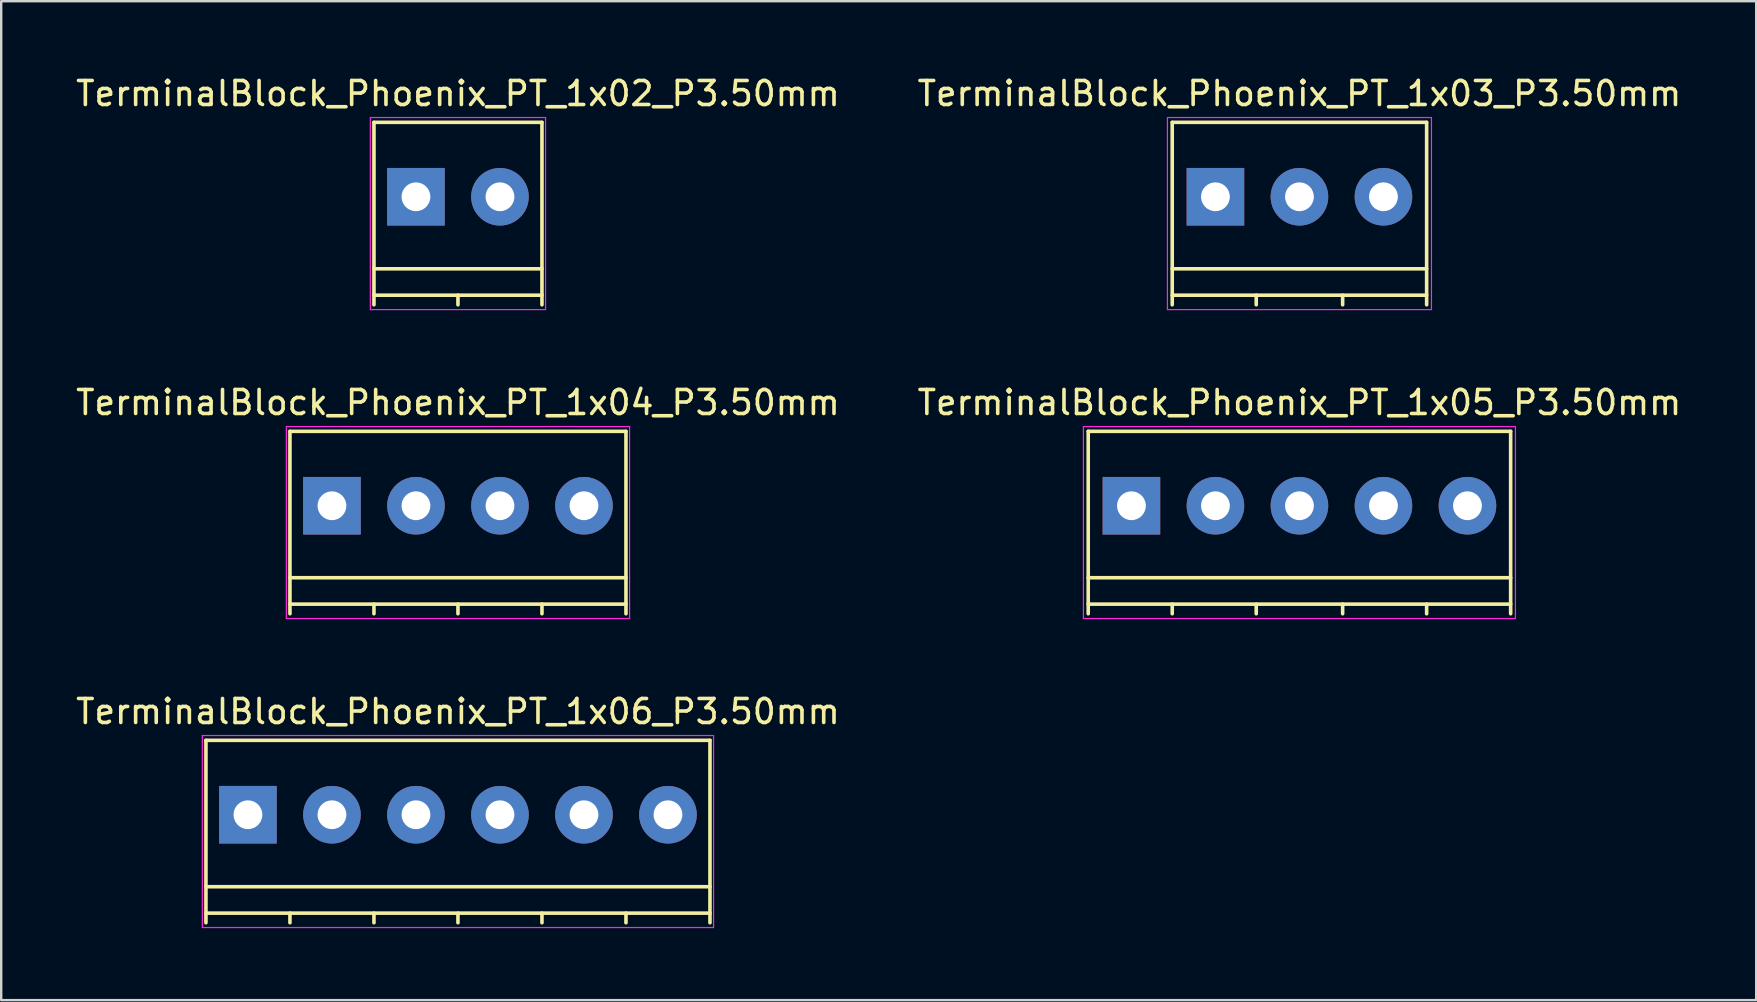
<source format=kicad_pcb>
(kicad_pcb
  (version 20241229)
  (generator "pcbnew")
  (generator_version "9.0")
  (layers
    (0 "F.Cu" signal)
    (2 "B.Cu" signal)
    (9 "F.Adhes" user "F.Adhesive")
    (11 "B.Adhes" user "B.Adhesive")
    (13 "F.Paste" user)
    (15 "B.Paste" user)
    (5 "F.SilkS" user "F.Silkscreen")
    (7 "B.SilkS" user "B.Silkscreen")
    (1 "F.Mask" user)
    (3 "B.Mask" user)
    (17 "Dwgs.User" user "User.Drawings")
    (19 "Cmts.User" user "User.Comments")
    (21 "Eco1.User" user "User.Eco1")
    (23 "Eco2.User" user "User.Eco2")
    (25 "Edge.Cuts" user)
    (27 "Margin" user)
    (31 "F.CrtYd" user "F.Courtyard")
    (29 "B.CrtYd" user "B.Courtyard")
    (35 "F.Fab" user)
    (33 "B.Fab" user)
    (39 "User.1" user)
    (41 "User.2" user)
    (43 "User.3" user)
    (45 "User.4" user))
  (footprint "TerminalBlock_Phoenix_PT_1x06_P3.50mm"
    (layer "F.Cu")
    (at 7.28 30.895)
    (property "Reference" "TerminalBlock_Phoenix_PT_1x06_P3.50mm" (at 8.75 -4.3 0) (layer "F.SilkS") (effects (font (size 1 1) (thickness 0.15))))
    (attr through_hole)
    (fp_line (start -1.75 -3.1) (end -1.75 4.5) (stroke (width 0.15) (type solid)) (layer "F.SilkS"))
    (fp_line (start -1.75 3) (end 19.25 3) (stroke (width 0.15) (type solid)) (layer "F.SilkS"))
    (fp_line (start -1.75 4.1) (end 19.25 4.1) (stroke (width 0.15) (type solid)) (layer "F.SilkS"))
    (fp_line (start 1.75 4.1) (end 1.75 4.5) (stroke (width 0.15) (type solid)) (layer "F.SilkS"))
    (fp_line (start 5.25 4.1) (end 5.25 4.5) (stroke (width 0.15) (type solid)) (layer "F.SilkS"))
    (fp_line (start 8.75 4.1) (end 8.75 4.5) (stroke (width 0.15) (type solid)) (layer "F.SilkS"))
    (fp_line (start 12.25 4.1) (end 12.25 4.5) (stroke (width 0.15) (type solid)) (layer "F.SilkS"))
    (fp_line (start 15.75 4.1) (end 15.75 4.5) (stroke (width 0.15) (type solid)) (layer "F.SilkS"))
    (fp_line (start 19.25 -3.1) (end -1.75 -3.1) (stroke (width 0.15) (type solid)) (layer "F.SilkS"))
    (fp_line (start 19.25 4.5) (end 19.25 -3.1) (stroke (width 0.15) (type solid)) (layer "F.SilkS"))
    (fp_line (start -1.9 -3.3) (end 19.4 -3.3) (stroke (width 0.05) (type solid)) (layer "F.CrtYd"))
    (fp_line (start -1.9 4.7) (end -1.9 -3.3) (stroke (width 0.05) (type solid)) (layer "F.CrtYd"))
    (fp_line (start 19.4 -3.3) (end 19.4 4.7) (stroke (width 0.05) (type solid)) (layer "F.CrtYd"))
    (fp_line (start 19.4 4.7) (end -1.9 4.7) (stroke (width 0.05) (type solid)) (layer "F.CrtYd"))
    (pad "1" thru_hole rect (at 0 0) (size 2.4 2.4) (drill 1.2) (layers "*.Cu" "*.Mask"))
    (pad "2" thru_hole circle (at 3.5 0) (size 2.4 2.4) (drill 1.2) (layers "*.Cu" "*.Mask"))
    (pad "3" thru_hole circle (at 7 0) (size 2.4 2.4) (drill 1.2) (layers "*.Cu" "*.Mask"))
    (pad "4" thru_hole circle (at 10.5 0) (size 2.4 2.4) (drill 1.2) (layers "*.Cu" "*.Mask"))
    (pad "5" thru_hole circle (at 14 0) (size 2.4 2.4) (drill 1.2) (layers "*.Cu" "*.Mask"))
    (pad "6" thru_hole circle (at 17.5 0) (size 2.4 2.4) (drill 1.2) (layers "*.Cu" "*.Mask")))
  (footprint "TerminalBlock_Phoenix_PT_1x03_P3.50mm"
    (layer "F.Cu")
    (at 47.589 5.148)
    (property "Reference" "TerminalBlock_Phoenix_PT_1x03_P3.50mm" (at 3.5 -4.3 0) (layer "F.SilkS") (effects (font (size 1 1) (thickness 0.15))))
    (attr through_hole)
    (fp_line (start -1.8 -3.1) (end -1.8 4.5) (stroke (width 0.15) (type solid)) (layer "F.SilkS"))
    (fp_line (start -1.8 3) (end 8.8 3) (stroke (width 0.15) (type solid)) (layer "F.SilkS"))
    (fp_line (start -1.8 4.1) (end 8.8 4.1) (stroke (width 0.15) (type solid)) (layer "F.SilkS"))
    (fp_line (start 1.7 4.1) (end 1.7 4.5) (stroke (width 0.15) (type solid)) (layer "F.SilkS"))
    (fp_line (start 5.3 4.1) (end 5.3 4.5) (stroke (width 0.15) (type solid)) (layer "F.SilkS"))
    (fp_line (start 8.8 -3.1) (end -1.8 -3.1) (stroke (width 0.15) (type solid)) (layer "F.SilkS"))
    (fp_line (start 8.8 4.5) (end 8.8 -3.1) (stroke (width 0.15) (type solid)) (layer "F.SilkS"))
    (fp_line (start -2 -3.3) (end 9 -3.3) (stroke (width 0.05) (type solid)) (layer "F.CrtYd"))
    (fp_line (start -2 4.7) (end -2 -3.3) (stroke (width 0.05) (type solid)) (layer "F.CrtYd"))
    (fp_line (start 9 -3.3) (end 9 4.7) (stroke (width 0.05) (type solid)) (layer "F.CrtYd"))
    (fp_line (start 9 4.7) (end -2 4.7) (stroke (width 0.05) (type solid)) (layer "F.CrtYd"))
    (pad "1" thru_hole rect (at 0 0) (size 2.4 2.4) (drill 1.2) (layers "*.Cu" "*.Mask"))
    (pad "2" thru_hole circle (at 3.5 0) (size 2.4 2.4) (drill 1.2) (layers "*.Cu" "*.Mask"))
    (pad "3" thru_hole circle (at 7 0) (size 2.4 2.4) (drill 1.2) (layers "*.Cu" "*.Mask")))
  (footprint "TerminalBlock_Phoenix_PT_1x05_P3.50mm"
    (layer "F.Cu")
    (at 44.089 18.021)
    (property "Reference" "TerminalBlock_Phoenix_PT_1x05_P3.50mm" (at 7 -4.3 0) (layer "F.SilkS") (effects (font (size 1 1) (thickness 0.15))))
    (attr through_hole)
    (fp_line (start -1.8 -3.1) (end -1.8 4.5) (stroke (width 0.15) (type solid)) (layer "F.SilkS"))
    (fp_line (start -1.8 3) (end 15.8 3) (stroke (width 0.15) (type solid)) (layer "F.SilkS"))
    (fp_line (start -1.8 4.1) (end 15.8 4.1) (stroke (width 0.15) (type solid)) (layer "F.SilkS"))
    (fp_line (start 1.7 4.1) (end 1.7 4.5) (stroke (width 0.15) (type solid)) (layer "F.SilkS"))
    (fp_line (start 5.2 4.1) (end 5.2 4.5) (stroke (width 0.15) (type solid)) (layer "F.SilkS"))
    (fp_line (start 8.8 4.1) (end 8.8 4.5) (stroke (width 0.15) (type solid)) (layer "F.SilkS"))
    (fp_line (start 12.3 4.1) (end 12.3 4.5) (stroke (width 0.15) (type solid)) (layer "F.SilkS"))
    (fp_line (start 15.8 -3.1) (end -1.8 -3.1) (stroke (width 0.15) (type solid)) (layer "F.SilkS"))
    (fp_line (start 15.8 4.5) (end 15.8 -3.1) (stroke (width 0.15) (type solid)) (layer "F.SilkS"))
    (fp_line (start -2 -3.3) (end 16 -3.3) (stroke (width 0.05) (type solid)) (layer "F.CrtYd"))
    (fp_line (start -2 4.7) (end -2 -3.3) (stroke (width 0.05) (type solid)) (layer "F.CrtYd"))
    (fp_line (start 16 -3.3) (end 16 4.7) (stroke (width 0.05) (type solid)) (layer "F.CrtYd"))
    (fp_line (start 16 4.7) (end -2 4.7) (stroke (width 0.05) (type solid)) (layer "F.CrtYd"))
    (pad "1" thru_hole rect (at 0 0) (size 2.4 2.4) (drill 1.2) (layers "*.Cu" "*.Mask"))
    (pad "2" thru_hole circle (at 3.5 0) (size 2.4 2.4) (drill 1.2) (layers "*.Cu" "*.Mask"))
    (pad "3" thru_hole circle (at 7 0) (size 2.4 2.4) (drill 1.2) (layers "*.Cu" "*.Mask"))
    (pad "4" thru_hole circle (at 10.5 0) (size 2.4 2.4) (drill 1.2) (layers "*.Cu" "*.Mask"))
    (pad "5" thru_hole circle (at 14 0) (size 2.4 2.4) (drill 1.2) (layers "*.Cu" "*.Mask")))
  (footprint "TerminalBlock_Phoenix_PT_1x04_P3.50mm"
    (layer "F.Cu")
    (at 10.78 18.021)
    (property "Reference" "TerminalBlock_Phoenix_PT_1x04_P3.50mm" (at 5.25 -4.3 0) (layer "F.SilkS") (effects (font (size 1 1) (thickness 0.15))))
    (attr through_hole)
    (fp_line (start -1.75 -3.1) (end -1.75 4.5) (stroke (width 0.15) (type solid)) (layer "F.SilkS"))
    (fp_line (start -1.75 3) (end 12.25 3) (stroke (width 0.15) (type solid)) (layer "F.SilkS"))
    (fp_line (start -1.75 4.1) (end 12.25 4.1) (stroke (width 0.15) (type solid)) (layer "F.SilkS"))
    (fp_line (start 1.75 4.1) (end 1.75 4.5) (stroke (width 0.15) (type solid)) (layer "F.SilkS"))
    (fp_line (start 5.25 4.1) (end 5.25 4.5) (stroke (width 0.15) (type solid)) (layer "F.SilkS"))
    (fp_line (start 8.75 4.1) (end 8.75 4.5) (stroke (width 0.15) (type solid)) (layer "F.SilkS"))
    (fp_line (start 12.25 -3.1) (end -1.75 -3.1) (stroke (width 0.15) (type solid)) (layer "F.SilkS"))
    (fp_line (start 12.25 4.5) (end 12.25 -3.1) (stroke (width 0.15) (type solid)) (layer "F.SilkS"))
    (fp_line (start -1.9 -3.3) (end 12.4 -3.3) (stroke (width 0.05) (type solid)) (layer "F.CrtYd"))
    (fp_line (start -1.9 4.7) (end -1.9 -3.3) (stroke (width 0.05) (type solid)) (layer "F.CrtYd"))
    (fp_line (start 12.4 -3.3) (end 12.4 4.7) (stroke (width 0.05) (type solid)) (layer "F.CrtYd"))
    (fp_line (start 12.4 4.7) (end -1.9 4.7) (stroke (width 0.05) (type solid)) (layer "F.CrtYd"))
    (pad "1" thru_hole rect (at 0 0) (size 2.4 2.4) (drill 1.2) (layers "*.Cu" "*.Mask"))
    (pad "2" thru_hole circle (at 3.5 0) (size 2.4 2.4) (drill 1.2) (layers "*.Cu" "*.Mask"))
    (pad "3" thru_hole circle (at 7 0) (size 2.4 2.4) (drill 1.2) (layers "*.Cu" "*.Mask"))
    (pad "4" thru_hole circle (at 10.5 0) (size 2.4 2.4) (drill 1.2) (layers "*.Cu" "*.Mask")))
  (footprint "TerminalBlock_Phoenix_PT_1x02_P3.50mm"
    (layer "F.Cu")
    (at 14.28 5.148)
    (property "Reference" "TerminalBlock_Phoenix_PT_1x02_P3.50mm" (at 1.75 -4.3 0) (layer "F.SilkS") (effects (font (size 1 1) (thickness 0.15))))
    (attr through_hole)
    (fp_line (start -1.75 -3.1) (end -1.75 4.5) (stroke (width 0.15) (type solid)) (layer "F.SilkS"))
    (fp_line (start -1.75 3) (end 5.25 3) (stroke (width 0.15) (type solid)) (layer "F.SilkS"))
    (fp_line (start -1.75 4.1) (end 5.25 4.1) (stroke (width 0.15) (type solid)) (layer "F.SilkS"))
    (fp_line (start 1.75 4.1) (end 1.75 4.5) (stroke (width 0.15) (type solid)) (layer "F.SilkS"))
    (fp_line (start 5.25 -3.1) (end -1.75 -3.1) (stroke (width 0.15) (type solid)) (layer "F.SilkS"))
    (fp_line (start 5.25 4.5) (end 5.25 -3.1) (stroke (width 0.15) (type solid)) (layer "F.SilkS"))
    (fp_line (start -1.9 -3.3) (end 5.4 -3.3) (stroke (width 0.05) (type solid)) (layer "F.CrtYd"))
    (fp_line (start -1.9 4.7) (end -1.9 -3.3) (stroke (width 0.05) (type solid)) (layer "F.CrtYd"))
    (fp_line (start 5.4 -3.3) (end 5.4 4.7) (stroke (width 0.05) (type solid)) (layer "F.CrtYd"))
    (fp_line (start 5.4 4.7) (end -1.9 4.7) (stroke (width 0.05) (type solid)) (layer "F.CrtYd"))
    (pad "1" thru_hole rect (at 0 0) (size 2.4 2.4) (drill 1.2) (layers "*.Cu" "*.Mask"))
    (pad "2" thru_hole circle (at 3.5 0) (size 2.4 2.4) (drill 1.2) (layers "*.Cu" "*.Mask")))
  (gr_rect
    (start -3 -3)
    (end 70.119 38.62)
    (stroke (width 0.1) (type default))
    (fill no)
    (layer "Edge.Cuts")))
</source>
